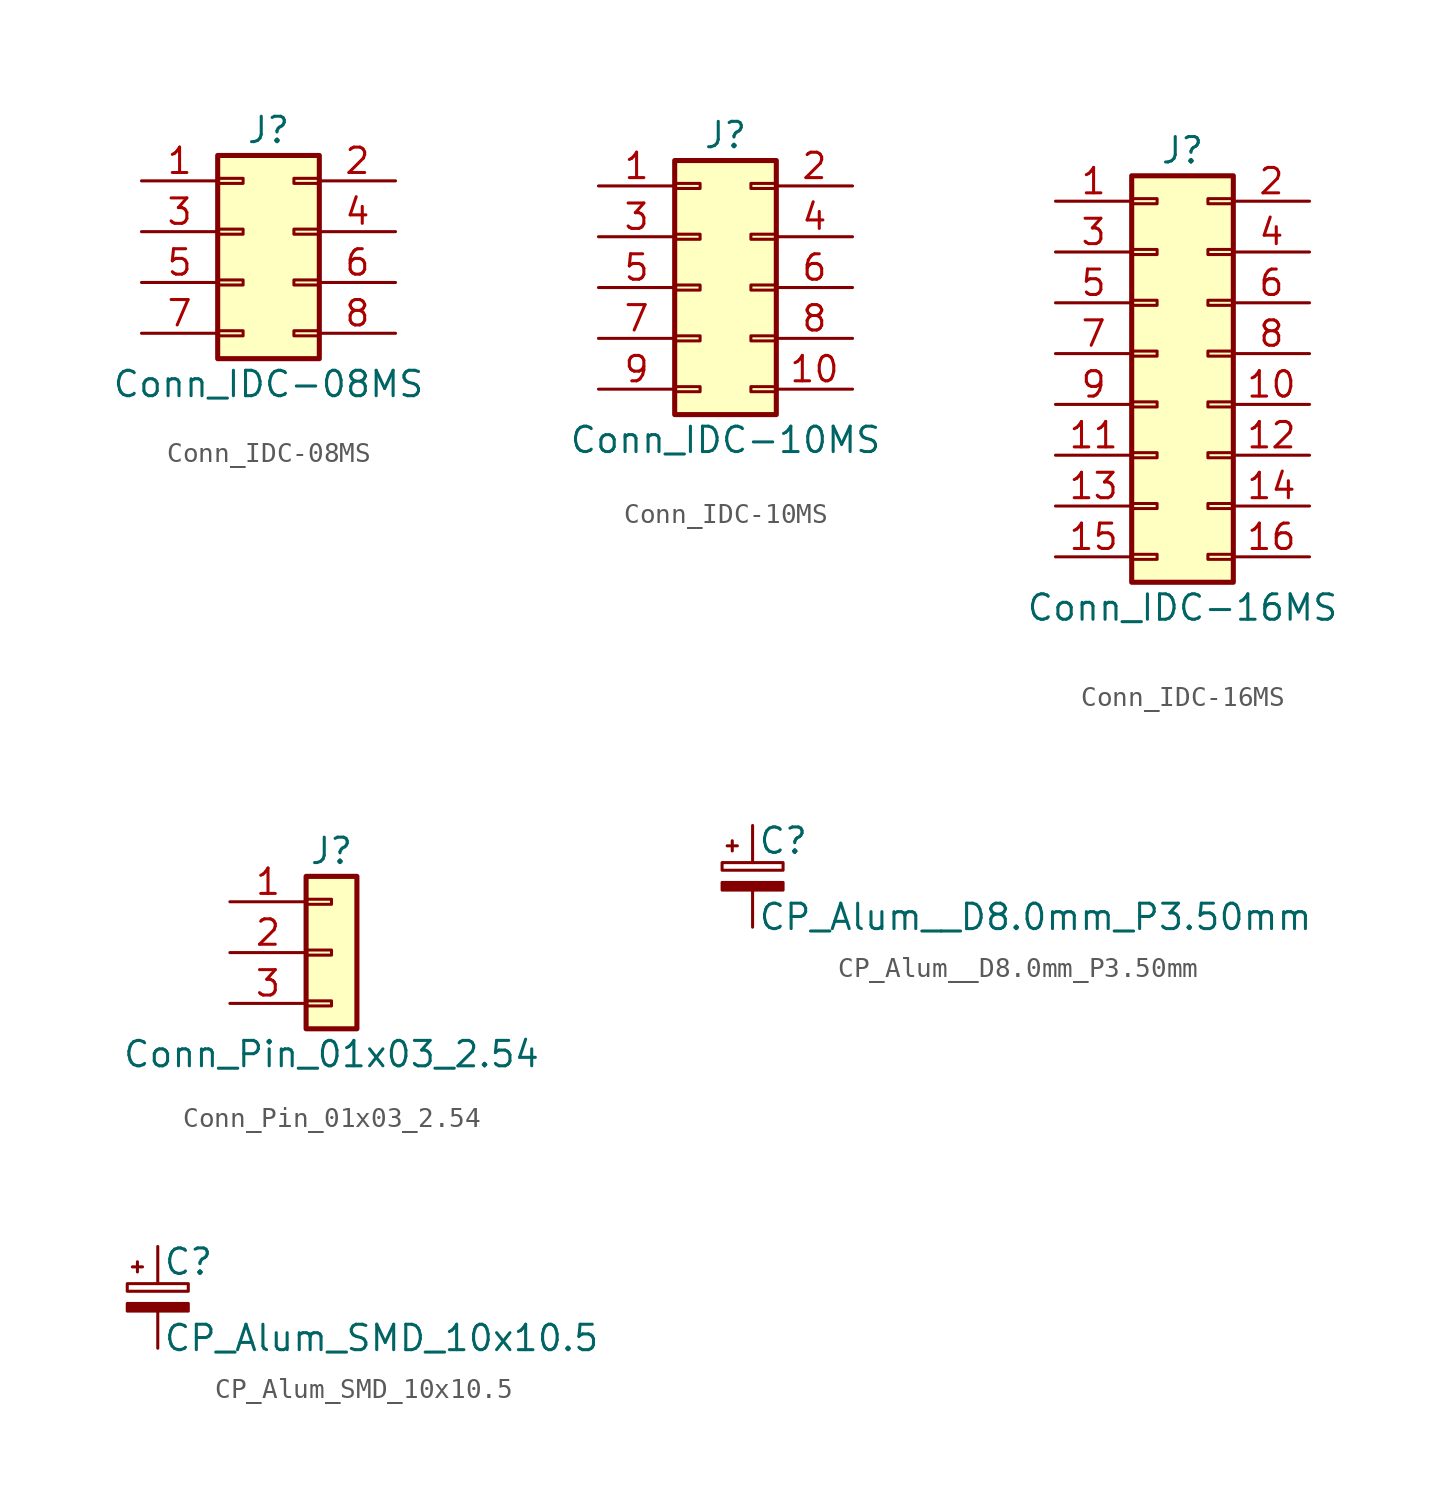
<source format=kicad_sym>
(kicad_symbol_lib
  (version 20211014)
  (generator kicad_symbol_editor)
  (symbol "Conn_IDC-08MS"
    (pin_names
      (offset 1.016) hide)
    (property "Reference" "J"
      (at 1.27 5.08 0)
      (effects (font (size 1.27 1.27))))
    (property "Value" "Conn_IDC-08MS"
      (at 1.27 -7.62 0)
      (effects (font (size 1.27 1.27))))
    (symbol "Conn_IDC-08MS_1_1"
      (rectangle (start -1.27 -4.953) (end 0 -5.207) (stroke (width 0.152) (type default) (color 0 0 0 0)) (fill (type none)))
      (rectangle (start -1.27 -2.413) (end 0 -2.667) (stroke (width 0.152) (type default) (color 0 0 0 0)) (fill (type none)))
      (rectangle (start -1.27 0.127) (end 0 -0.127) (stroke (width 0.152) (type default) (color 0 0 0 0)) (fill (type none)))
      (rectangle (start -1.27 2.667) (end 0 2.413) (stroke (width 0.152) (type default) (color 0 0 0 0)) (fill (type none)))
      (rectangle (start -1.27 3.81) (end 3.81 -6.35) (stroke (width 0.254) (type default) (color 0 0 0 0)) (fill (type background)))
      (rectangle (start 3.81 -4.953) (end 2.54 -5.207) (stroke (width 0.152) (type default) (color 0 0 0 0)) (fill (type none)))
      (rectangle (start 3.81 -2.413) (end 2.54 -2.667) (stroke (width 0.152) (type default) (color 0 0 0 0)) (fill (type none)))
      (rectangle (start 3.81 0.127) (end 2.54 -0.127) (stroke (width 0.152) (type default) (color 0 0 0 0)) (fill (type none)))
      (rectangle (start 3.81 2.667) (end 2.54 2.413) (stroke (width 0.152) (type default) (color 0 0 0 0)) (fill (type none)))
      (pin passive line (at -5.08 2.54 0) (length 3.81) (name "Pin_1" (effects (font (size 1.27 1.27)))) (number "1" (effects (font (size 1.27 1.27)))))
      (pin passive line (at 7.62 2.54 180) (length 3.81) (name "Pin_2" (effects (font (size 1.27 1.27)))) (number "2" (effects (font (size 1.27 1.27)))))
      (pin passive line (at -5.08 0 0) (length 3.81) (name "Pin_3" (effects (font (size 1.27 1.27)))) (number "3" (effects (font (size 1.27 1.27)))))
      (pin passive line (at 7.62 0 180) (length 3.81) (name "Pin_4" (effects (font (size 1.27 1.27)))) (number "4" (effects (font (size 1.27 1.27)))))
      (pin passive line (at -5.08 -2.54 0) (length 3.81) (name "Pin_5" (effects (font (size 1.27 1.27)))) (number "5" (effects (font (size 1.27 1.27)))))
      (pin passive line (at 7.62 -2.54 180) (length 3.81) (name "Pin_6" (effects (font (size 1.27 1.27)))) (number "6" (effects (font (size 1.27 1.27)))))
      (pin passive line (at -5.08 -5.08 0) (length 3.81) (name "Pin_7" (effects (font (size 1.27 1.27)))) (number "7" (effects (font (size 1.27 1.27)))))
      (pin passive line (at 7.62 -5.08 180) (length 3.81) (name "Pin_8" (effects (font (size 1.27 1.27)))) (number "8" (effects (font (size 1.27 1.27)))))))
  (symbol "Conn_IDC-10MS"
    (pin_names
      (offset 1.016) hide)
    (property "Reference" "J"
      (at 1.27 7.62 0)
      (effects (font (size 1.27 1.27))))
    (property "Value" "Conn_IDC-10MS"
      (at 1.27 -7.62 0)
      (effects (font (size 1.27 1.27))))
    (symbol "Conn_IDC-10MS_1_1"
      (rectangle (start -1.27 -4.953) (end 0 -5.207) (stroke (width 0.152) (type default) (color 0 0 0 0)) (fill (type none)))
      (rectangle (start -1.27 -2.413) (end 0 -2.667) (stroke (width 0.152) (type default) (color 0 0 0 0)) (fill (type none)))
      (rectangle (start -1.27 0.127) (end 0 -0.127) (stroke (width 0.152) (type default) (color 0 0 0 0)) (fill (type none)))
      (rectangle (start -1.27 2.667) (end 0 2.413) (stroke (width 0.152) (type default) (color 0 0 0 0)) (fill (type none)))
      (rectangle (start -1.27 5.207) (end 0 4.953) (stroke (width 0.152) (type default) (color 0 0 0 0)) (fill (type none)))
      (rectangle (start -1.27 6.35) (end 3.81 -6.35) (stroke (width 0.254) (type default) (color 0 0 0 0)) (fill (type background)))
      (rectangle (start 3.81 -4.953) (end 2.54 -5.207) (stroke (width 0.152) (type default) (color 0 0 0 0)) (fill (type none)))
      (rectangle (start 3.81 -2.413) (end 2.54 -2.667) (stroke (width 0.152) (type default) (color 0 0 0 0)) (fill (type none)))
      (rectangle (start 3.81 0.127) (end 2.54 -0.127) (stroke (width 0.152) (type default) (color 0 0 0 0)) (fill (type none)))
      (rectangle (start 3.81 2.667) (end 2.54 2.413) (stroke (width 0.152) (type default) (color 0 0 0 0)) (fill (type none)))
      (rectangle (start 3.81 5.207) (end 2.54 4.953) (stroke (width 0.152) (type default) (color 0 0 0 0)) (fill (type none)))
      (pin passive line (at -5.08 5.08 0) (length 3.81) (name "Pin_1" (effects (font (size 1.27 1.27)))) (number "1" (effects (font (size 1.27 1.27)))))
      (pin passive line (at 7.62 -5.08 180) (length 3.81) (name "Pin_10" (effects (font (size 1.27 1.27)))) (number "10" (effects (font (size 1.27 1.27)))))
      (pin passive line (at 7.62 5.08 180) (length 3.81) (name "Pin_2" (effects (font (size 1.27 1.27)))) (number "2" (effects (font (size 1.27 1.27)))))
      (pin passive line (at -5.08 2.54 0) (length 3.81) (name "Pin_3" (effects (font (size 1.27 1.27)))) (number "3" (effects (font (size 1.27 1.27)))))
      (pin passive line (at 7.62 2.54 180) (length 3.81) (name "Pin_4" (effects (font (size 1.27 1.27)))) (number "4" (effects (font (size 1.27 1.27)))))
      (pin passive line (at -5.08 0 0) (length 3.81) (name "Pin_5" (effects (font (size 1.27 1.27)))) (number "5" (effects (font (size 1.27 1.27)))))
      (pin passive line (at 7.62 0 180) (length 3.81) (name "Pin_6" (effects (font (size 1.27 1.27)))) (number "6" (effects (font (size 1.27 1.27)))))
      (pin passive line (at -5.08 -2.54 0) (length 3.81) (name "Pin_7" (effects (font (size 1.27 1.27)))) (number "7" (effects (font (size 1.27 1.27)))))
      (pin passive line (at 7.62 -2.54 180) (length 3.81) (name "Pin_8" (effects (font (size 1.27 1.27)))) (number "8" (effects (font (size 1.27 1.27)))))
      (pin passive line (at -5.08 -5.08 0) (length 3.81) (name "Pin_9" (effects (font (size 1.27 1.27)))) (number "9" (effects (font (size 1.27 1.27)))))))
  (symbol "Conn_IDC-16MS"
    (pin_names
      (offset 1.016) hide)
    (property "Reference" "J"
      (at 1.27 10.16 0)
      (effects (font (size 1.27 1.27))))
    (property "Value" "Conn_IDC-16MS"
      (at 1.27 -12.7 0)
      (effects (font (size 1.27 1.27))))
    (symbol "Conn_IDC-16MS_1_1"
      (rectangle (start -1.27 -10.033) (end 0 -10.287) (stroke (width 0.152) (type default) (color 0 0 0 0)) (fill (type none)))
      (rectangle (start -1.27 -7.493) (end 0 -7.747) (stroke (width 0.152) (type default) (color 0 0 0 0)) (fill (type none)))
      (rectangle (start -1.27 -4.953) (end 0 -5.207) (stroke (width 0.152) (type default) (color 0 0 0 0)) (fill (type none)))
      (rectangle (start -1.27 -2.413) (end 0 -2.667) (stroke (width 0.152) (type default) (color 0 0 0 0)) (fill (type none)))
      (rectangle (start -1.27 0.127) (end 0 -0.127) (stroke (width 0.152) (type default) (color 0 0 0 0)) (fill (type none)))
      (rectangle (start -1.27 2.667) (end 0 2.413) (stroke (width 0.152) (type default) (color 0 0 0 0)) (fill (type none)))
      (rectangle (start -1.27 5.207) (end 0 4.953) (stroke (width 0.152) (type default) (color 0 0 0 0)) (fill (type none)))
      (rectangle (start -1.27 7.747) (end 0 7.493) (stroke (width 0.152) (type default) (color 0 0 0 0)) (fill (type none)))
      (rectangle (start -1.27 8.89) (end 3.81 -11.43) (stroke (width 0.254) (type default) (color 0 0 0 0)) (fill (type background)))
      (rectangle (start 3.81 -10.033) (end 2.54 -10.287) (stroke (width 0.152) (type default) (color 0 0 0 0)) (fill (type none)))
      (rectangle (start 3.81 -7.493) (end 2.54 -7.747) (stroke (width 0.152) (type default) (color 0 0 0 0)) (fill (type none)))
      (rectangle (start 3.81 -4.953) (end 2.54 -5.207) (stroke (width 0.152) (type default) (color 0 0 0 0)) (fill (type none)))
      (rectangle (start 3.81 -2.413) (end 2.54 -2.667) (stroke (width 0.152) (type default) (color 0 0 0 0)) (fill (type none)))
      (rectangle (start 3.81 0.127) (end 2.54 -0.127) (stroke (width 0.152) (type default) (color 0 0 0 0)) (fill (type none)))
      (rectangle (start 3.81 2.667) (end 2.54 2.413) (stroke (width 0.152) (type default) (color 0 0 0 0)) (fill (type none)))
      (rectangle (start 3.81 5.207) (end 2.54 4.953) (stroke (width 0.152) (type default) (color 0 0 0 0)) (fill (type none)))
      (rectangle (start 3.81 7.747) (end 2.54 7.493) (stroke (width 0.152) (type default) (color 0 0 0 0)) (fill (type none)))
      (pin passive line (at -5.08 7.62 0) (length 3.81) (name "Pin_1" (effects (font (size 1.27 1.27)))) (number "1" (effects (font (size 1.27 1.27)))))
      (pin passive line (at 7.62 -2.54 180) (length 3.81) (name "Pin_10" (effects (font (size 1.27 1.27)))) (number "10" (effects (font (size 1.27 1.27)))))
      (pin passive line (at -5.08 -5.08 0) (length 3.81) (name "Pin_11" (effects (font (size 1.27 1.27)))) (number "11" (effects (font (size 1.27 1.27)))))
      (pin passive line (at 7.62 -5.08 180) (length 3.81) (name "Pin_12" (effects (font (size 1.27 1.27)))) (number "12" (effects (font (size 1.27 1.27)))))
      (pin passive line (at -5.08 -7.62 0) (length 3.81) (name "Pin_13" (effects (font (size 1.27 1.27)))) (number "13" (effects (font (size 1.27 1.27)))))
      (pin passive line (at 7.62 -7.62 180) (length 3.81) (name "Pin_14" (effects (font (size 1.27 1.27)))) (number "14" (effects (font (size 1.27 1.27)))))
      (pin passive line (at -5.08 -10.16 0) (length 3.81) (name "Pin_15" (effects (font (size 1.27 1.27)))) (number "15" (effects (font (size 1.27 1.27)))))
      (pin passive line (at 7.62 -10.16 180) (length 3.81) (name "Pin_16" (effects (font (size 1.27 1.27)))) (number "16" (effects (font (size 1.27 1.27)))))
      (pin passive line (at 7.62 7.62 180) (length 3.81) (name "Pin_2" (effects (font (size 1.27 1.27)))) (number "2" (effects (font (size 1.27 1.27)))))
      (pin passive line (at -5.08 5.08 0) (length 3.81) (name "Pin_3" (effects (font (size 1.27 1.27)))) (number "3" (effects (font (size 1.27 1.27)))))
      (pin passive line (at 7.62 5.08 180) (length 3.81) (name "Pin_4" (effects (font (size 1.27 1.27)))) (number "4" (effects (font (size 1.27 1.27)))))
      (pin passive line (at -5.08 2.54 0) (length 3.81) (name "Pin_5" (effects (font (size 1.27 1.27)))) (number "5" (effects (font (size 1.27 1.27)))))
      (pin passive line (at 7.62 2.54 180) (length 3.81) (name "Pin_6" (effects (font (size 1.27 1.27)))) (number "6" (effects (font (size 1.27 1.27)))))
      (pin passive line (at -5.08 0 0) (length 3.81) (name "Pin_7" (effects (font (size 1.27 1.27)))) (number "7" (effects (font (size 1.27 1.27)))))
      (pin passive line (at 7.62 0 180) (length 3.81) (name "Pin_8" (effects (font (size 1.27 1.27)))) (number "8" (effects (font (size 1.27 1.27)))))
      (pin passive line (at -5.08 -2.54 0) (length 3.81) (name "Pin_9" (effects (font (size 1.27 1.27)))) (number "9" (effects (font (size 1.27 1.27)))))))
  (symbol "Conn_Pin_01x03_2.54"
    (pin_names
      (offset 1.016) hide)
    (property "Reference" "J"
      (at 0 5.08 0)
      (effects (font (size 1.27 1.27))))
    (property "Value" "Conn_Pin_01x03_2.54"
      (at 0 -5.08 0)
      (effects (font (size 1.27 1.27))))
    (symbol "Conn_Pin_01x03_2.54_1_1"
      (rectangle (start -1.27 -2.413) (end 0 -2.667) (stroke (width 0.152) (type default) (color 0 0 0 0)) (fill (type none)))
      (rectangle (start -1.27 0.127) (end 0 -0.127) (stroke (width 0.152) (type default) (color 0 0 0 0)) (fill (type none)))
      (rectangle (start -1.27 2.667) (end 0 2.413) (stroke (width 0.152) (type default) (color 0 0 0 0)) (fill (type none)))
      (rectangle (start -1.27 3.81) (end 1.27 -3.81) (stroke (width 0.254) (type default) (color 0 0 0 0)) (fill (type background)))
      (pin passive line (at -5.08 2.54 0) (length 3.81) (name "Pin_1" (effects (font (size 1.27 1.27)))) (number "1" (effects (font (size 1.27 1.27)))))
      (pin passive line (at -5.08 0 0) (length 3.81) (name "Pin_2" (effects (font (size 1.27 1.27)))) (number "2" (effects (font (size 1.27 1.27)))))
      (pin passive line (at -5.08 -2.54 0) (length 3.81) (name "Pin_3" (effects (font (size 1.27 1.27)))) (number "3" (effects (font (size 1.27 1.27)))))))
  (symbol "CP_Alum__D8.0mm_P3.50mm"
    (pin_numbers hide)
    (pin_names
      (offset 0.254) hide)
    (property "Reference" "C"
      (at 0.254 1.778 0)
      (effects (font (size 1.27 1.27)) (justify left)))
    (property "Value" "CP_Alum__D8.0mm_P3.50mm"
      (at 0.254 -2.032 0)
      (effects (font (size 1.27 1.27)) (justify left)))
    (symbol "CP_Alum__D8.0mm_P3.50mm_0_1"
      (rectangle (start -1.524 -0.305) (end 1.524 -0.686) (stroke (width 0) (type default) (color 0 0 0 0)) (fill (type outline)))
      (rectangle (start -1.524 0.686) (end 1.524 0.305) (stroke (width 0) (type default) (color 0 0 0 0)) (fill (type none)))
      (polyline (pts (xy -1.27 1.524) (xy -0.762 1.524)) (stroke (width 0) (type default) (color 0 0 0 0)) (fill (type none)))
      (polyline (pts (xy -1.016 1.27) (xy -1.016 1.778)) (stroke (width 0) (type default) (color 0 0 0 0)) (fill (type none))))
    (symbol "CP_Alum__D8.0mm_P3.50mm_1_1"
      (pin passive line (at 0 2.54 270) (length 1.854) (name "~" (effects (font (size 1.27 1.27)))) (number "1" (effects (font (size 1.27 1.27)))))
      (pin passive line (at 0 -2.54 90) (length 1.854) (name "~" (effects (font (size 1.27 1.27)))) (number "2" (effects (font (size 1.27 1.27)))))))
  (symbol "CP_Alum_SMD_10x10.5"
    (pin_numbers hide)
    (pin_names
      (offset 0.254) hide)
    (property "Reference" "C"
      (at 0.254 1.778 0)
      (effects (font (size 1.27 1.27)) (justify left)))
    (property "Value" "CP_Alum_SMD_10x10.5"
      (at 0.254 -2.032 0)
      (effects (font (size 1.27 1.27)) (justify left)))
    (symbol "CP_Alum_SMD_10x10.5_0_1"
      (rectangle (start -1.524 -0.305) (end 1.524 -0.686) (stroke (width 0) (type default) (color 0 0 0 0)) (fill (type outline)))
      (rectangle (start -1.524 0.686) (end 1.524 0.305) (stroke (width 0) (type default) (color 0 0 0 0)) (fill (type none)))
      (polyline (pts (xy -1.27 1.524) (xy -0.762 1.524)) (stroke (width 0) (type default) (color 0 0 0 0)) (fill (type none)))
      (polyline (pts (xy -1.016 1.27) (xy -1.016 1.778)) (stroke (width 0) (type default) (color 0 0 0 0)) (fill (type none))))
    (symbol "CP_Alum_SMD_10x10.5_1_1"
      (pin passive line (at 0 2.54 270) (length 1.854) (name "~" (effects (font (size 1.27 1.27)))) (number "1" (effects (font (size 1.27 1.27)))))
      (pin passive line (at 0 -2.54 90) (length 1.854) (name "~" (effects (font (size 1.27 1.27)))) (number "2" (effects (font (size 1.27 1.27))))))))
</source>
